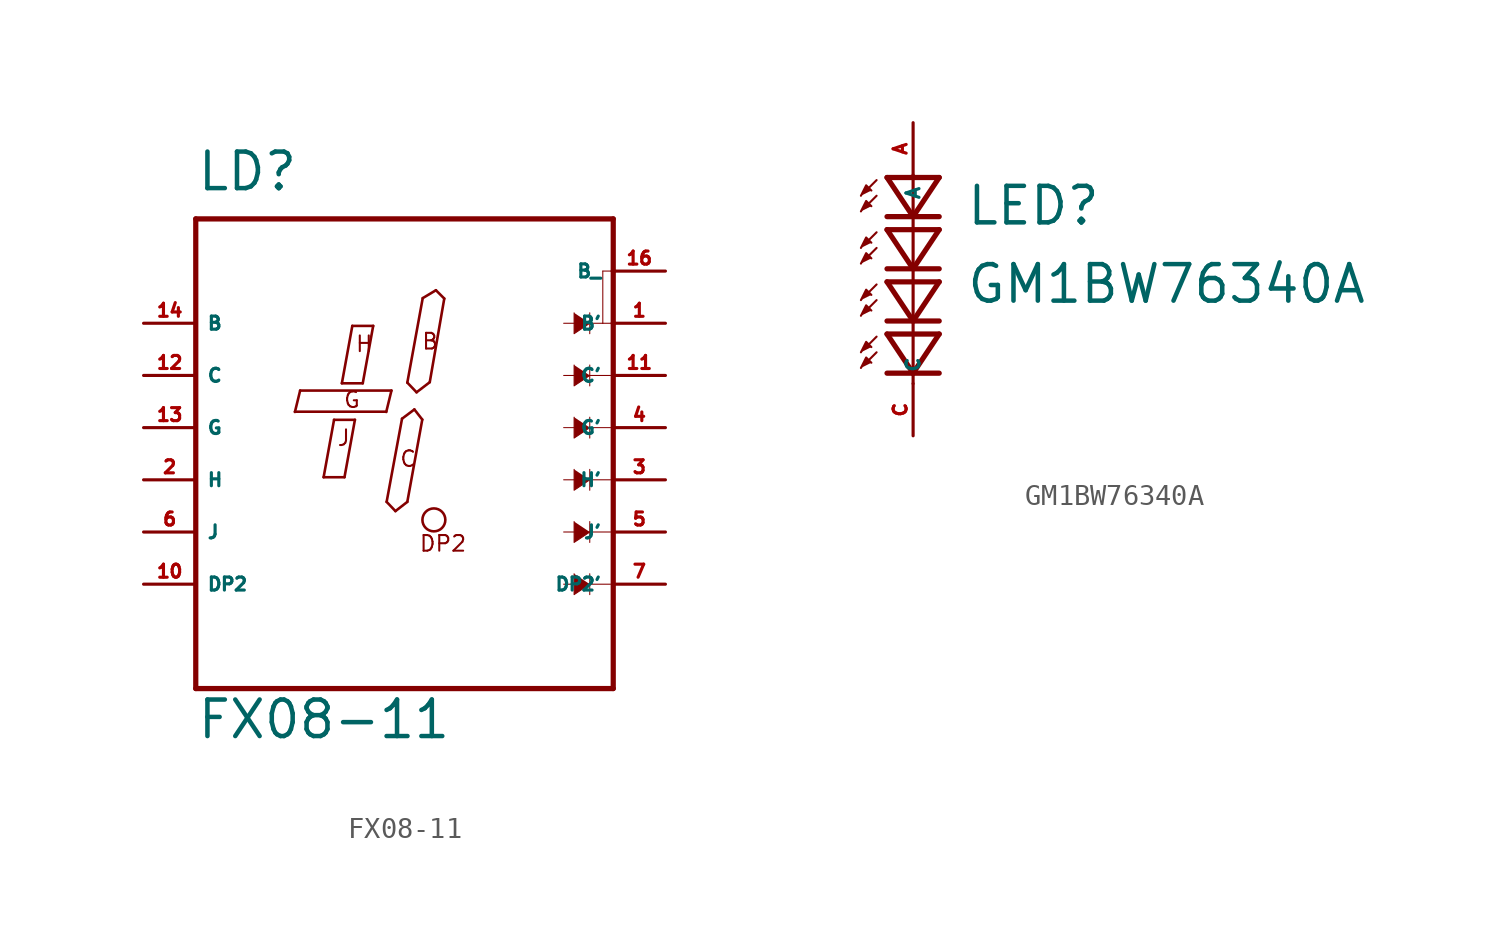
<source format=kicad_sym>
(kicad_symbol_lib
  (version 20220914)
  (generator kicad_symbol_editor)
  (symbol "FX08-11"
    (property "Reference" "LD"
      (at -10.16 16.51 0)
      (effects (font (size 1.778 1.778) (thickness 0.22)) (justify left bottom)))
    (property "Value" "FX08-11"
      (at -10.16 -10.16 0)
      (effects (font (size 1.778 1.778) (thickness 0.22)) (justify left bottom)))
    (symbol "FX08-11_1_1"
      (polyline (pts (xy -10.16 -7.62) (xy -10.16 15.24)) (stroke (width 0.254) (type default)) (fill (type none)))
      (polyline (pts (xy -10.16 15.24) (xy 10.16 15.24)) (stroke (width 0.254) (type default)) (fill (type none)))
      (polyline (pts (xy -5.334 5.842) (xy -5.08 6.885)) (stroke (width 0.127) (type default)) (fill (type none)))
      (polyline (pts (xy -5.08 6.885) (xy -0.635 6.885)) (stroke (width 0.127) (type default)) (fill (type none)))
      (polyline (pts (xy -3.937 2.667) (xy -2.921 2.667)) (stroke (width 0.127) (type default)) (fill (type none)))
      (polyline (pts (xy -3.429 5.461) (xy -3.937 2.667)) (stroke (width 0.127) (type default)) (fill (type none)))
      (polyline (pts (xy -3.048 7.239) (xy -2.032 7.239)) (stroke (width 0.127) (type default)) (fill (type none)))
      (polyline (pts (xy -2.921 2.667) (xy -2.413 5.461)) (stroke (width 0.127) (type default)) (fill (type none)))
      (polyline (pts (xy -2.54 10.033) (xy -3.048 7.239)) (stroke (width 0.127) (type default)) (fill (type none)))
      (polyline (pts (xy -2.413 5.461) (xy -3.429 5.461)) (stroke (width 0.127) (type default)) (fill (type none)))
      (polyline (pts (xy -2.032 7.239) (xy -1.524 10.033)) (stroke (width 0.127) (type default)) (fill (type none)))
      (polyline (pts (xy -1.524 10.033) (xy -2.54 10.033)) (stroke (width 0.127) (type default)) (fill (type none)))
      (polyline (pts (xy -0.889 5.857) (xy -5.334 5.857)) (stroke (width 0.127) (type default)) (fill (type none)))
      (polyline (pts (xy -0.87 1.467) (xy -0.12 5.515)) (stroke (width 0.127) (type default)) (fill (type none)))
      (polyline (pts (xy -0.635 6.885) (xy -0.889 5.842)) (stroke (width 0.127) (type default)) (fill (type none)))
      (polyline (pts (xy -0.441 1.017) (xy -0.87 1.467)) (stroke (width 0.127) (type default)) (fill (type none)))
      (polyline (pts (xy -0.12 5.515) (xy 0.48 5.965)) (stroke (width 0.127) (type default)) (fill (type none)))
      (polyline (pts (xy 0.137 1.467) (xy -0.441 1.017)) (stroke (width 0.127) (type default)) (fill (type none)))
      (polyline (pts (xy 0.137 7.271) (xy 0.887 11.383)) (stroke (width 0.127) (type default)) (fill (type none)))
      (polyline (pts (xy 0.48 5.965) (xy 0.865 5.472)) (stroke (width 0.127) (type default)) (fill (type none)))
      (polyline (pts (xy 0.587 6.8) (xy 0.137 7.271)) (stroke (width 0.127) (type default)) (fill (type none)))
      (polyline (pts (xy 0.865 5.472) (xy 0.137 1.467)) (stroke (width 0.127) (type default)) (fill (type none)))
      (polyline (pts (xy 0.887 11.383) (xy 1.529 11.768)) (stroke (width 0.127) (type default)) (fill (type none)))
      (polyline (pts (xy 1.229 7.292) (xy 0.587 6.8)) (stroke (width 0.127) (type default)) (fill (type none)))
      (polyline (pts (xy 1.529 11.768) (xy 1.936 11.362)) (stroke (width 0.127) (type default)) (fill (type none)))
      (polyline (pts (xy 1.936 11.362) (xy 1.229 7.292)) (stroke (width 0.127) (type default)) (fill (type none)))
      (polyline (pts (xy 7.747 -2.54) (xy 10.033 -2.54)) (stroke (width 0.051) (type default)) (fill (type none)))
      (polyline (pts (xy 7.747 0) (xy 10.033 0)) (stroke (width 0.051) (type default)) (fill (type none)))
      (polyline (pts (xy 7.747 2.54) (xy 10.033 2.54)) (stroke (width 0.051) (type default)) (fill (type none)))
      (polyline (pts (xy 7.747 5.08) (xy 10.033 5.08)) (stroke (width 0.051) (type default)) (fill (type none)))
      (polyline (pts (xy 7.747 7.62) (xy 10.033 7.62)) (stroke (width 0.051) (type default)) (fill (type none)))
      (polyline (pts (xy 7.747 10.16) (xy 9.652 10.16)) (stroke (width 0.051) (type default)) (fill (type none)))
      (polyline (pts (xy 9.017 -2.032) (xy 9.017 -3.048)) (stroke (width 0.051) (type default)) (fill (type none)))
      (polyline (pts (xy 9.017 0.508) (xy 9.017 -0.508)) (stroke (width 0.051) (type default)) (fill (type none)))
      (polyline (pts (xy 9.017 3.048) (xy 9.017 2.032)) (stroke (width 0.051) (type default)) (fill (type none)))
      (polyline (pts (xy 9.017 5.588) (xy 9.017 4.572)) (stroke (width 0.051) (type default)) (fill (type none)))
      (polyline (pts (xy 9.017 8.128) (xy 9.017 7.112)) (stroke (width 0.051) (type default)) (fill (type none)))
      (polyline (pts (xy 9.017 10.668) (xy 9.017 9.652)) (stroke (width 0.051) (type default)) (fill (type none)))
      (polyline (pts (xy 9.652 10.16) (xy 10.16 10.16)) (stroke (width 0.051) (type default)) (fill (type none)))
      (polyline (pts (xy 9.652 12.7) (xy 9.652 10.16)) (stroke (width 0.051) (type default)) (fill (type none)))
      (polyline (pts (xy 9.652 12.7) (xy 10.16 12.7)) (stroke (width 0.051) (type default)) (fill (type none)))
      (polyline (pts (xy 10.16 -7.62) (xy -10.16 -7.62)) (stroke (width 0.254) (type default)) (fill (type none)))
      (polyline (pts (xy 10.16 10.16) (xy 10.16 -7.62)) (stroke (width 0.254) (type default)) (fill (type none)))
      (polyline (pts (xy 10.16 12.7) (xy 10.16 10.16)) (stroke (width 0.254) (type default)) (fill (type none)))
      (polyline (pts (xy 10.16 15.24) (xy 10.16 12.7)) (stroke (width 0.254) (type default)) (fill (type none)))
      (polyline (pts (xy 8.255 -2.032) (xy 8.255 -3.048) (xy 9.017 -2.54)) (stroke (width 0.051) (type default)) (fill (type outline)))
      (polyline (pts (xy 8.255 0.508) (xy 8.255 -0.508) (xy 9.017 0)) (stroke (width 0.051) (type default)) (fill (type outline)))
      (polyline (pts (xy 8.255 3.048) (xy 8.255 2.032) (xy 9.017 2.54)) (stroke (width 0.051) (type default)) (fill (type outline)))
      (polyline (pts (xy 8.255 5.588) (xy 8.255 4.572) (xy 9.017 5.08)) (stroke (width 0.051) (type default)) (fill (type outline)))
      (polyline (pts (xy 8.255 8.128) (xy 8.255 7.112) (xy 9.017 7.62)) (stroke (width 0.051) (type default)) (fill (type outline)))
      (polyline (pts (xy 8.255 10.668) (xy 8.255 9.652) (xy 9.017 10.16)) (stroke (width 0.051) (type default)) (fill (type outline)))
      (circle (center 1.43 0.59) (radius 0.558) (stroke (width 0.127) (type default)) (fill (type none)))
      (text "B" (at 0.801 8.834 0) (effects (font (size 0.762 0.762) (thickness 0.1)) (justify left bottom)))
      (text "C" (at -0.27 3.116 0) (effects (font (size 0.762 0.762) (thickness 0.1)) (justify left bottom)))
      (text "DP2" (at 0.683 -1.007 0) (effects (font (size 0.762 0.762) (thickness 0.1)) (justify left bottom)))
      (text "G" (at -3.005 5.986 0) (effects (font (size 0.762 0.762) (thickness 0.1)) (justify left bottom)))
      (text "H" (at -2.423 8.707 0) (effects (font (size 0.762 0.762) (thickness 0.1)) (justify left bottom)))
      (text "J" (at -3.312 4.135 0) (effects (font (size 0.762 0.762) (thickness 0.1)) (justify left bottom)))
      (pin passive line (at 12.7 10.16 180) (length 2.54) (name "B'" (effects (font (size 0.635 0.635)))) (number "1" (effects (font (size 0.635 0.635)))))
      (pin passive line (at -12.7 -2.54 0) (length 2.54) (name "DP2" (effects (font (size 0.635 0.635)))) (number "10" (effects (font (size 0.635 0.635)))))
      (pin passive line (at 12.7 7.62 180) (length 2.54) (name "C'" (effects (font (size 0.635 0.635)))) (number "11" (effects (font (size 0.635 0.635)))))
      (pin passive line (at -12.7 7.62 0) (length 2.54) (name "C" (effects (font (size 0.635 0.635)))) (number "12" (effects (font (size 0.635 0.635)))))
      (pin passive line (at -12.7 5.08 0) (length 2.54) (name "G" (effects (font (size 0.635 0.635)))) (number "13" (effects (font (size 0.635 0.635)))))
      (pin passive line (at -12.7 10.16 0) (length 2.54) (name "B" (effects (font (size 0.635 0.635)))) (number "14" (effects (font (size 0.635 0.635)))))
      (pin passive line (at 12.7 12.7 180) (length 2.54) (name "B_" (effects (font (size 0.635 0.635)))) (number "16" (effects (font (size 0.635 0.635)))))
      (pin passive line (at -12.7 2.54 0) (length 2.54) (name "H" (effects (font (size 0.635 0.635)))) (number "2" (effects (font (size 0.635 0.635)))))
      (pin passive line (at 12.7 2.54 180) (length 2.54) (name "H'" (effects (font (size 0.635 0.635)))) (number "3" (effects (font (size 0.635 0.635)))))
      (pin passive line (at 12.7 5.08 180) (length 2.54) (name "G'" (effects (font (size 0.635 0.635)))) (number "4" (effects (font (size 0.635 0.635)))))
      (pin passive line (at 12.7 0 180) (length 2.54) (name "J'" (effects (font (size 0.635 0.635)))) (number "5" (effects (font (size 0.635 0.635)))))
      (pin passive line (at -12.7 0 0) (length 2.54) (name "J" (effects (font (size 0.635 0.635)))) (number "6" (effects (font (size 0.635 0.635)))))
      (pin passive line (at 12.7 -2.54 180) (length 2.54) (name "DP2'" (effects (font (size 0.635 0.635)))) (number "7" (effects (font (size 0.635 0.635)))))))
  (symbol "GM1BW76340A"
    (property "Reference" "LED"
      (at 2.54 2.54 0)
      (effects (font (size 1.778 1.778) (thickness 0.22)) (justify left bottom)))
    (property "Value" "GM1BW76340A"
      (at 2.54 -1.27 0)
      (effects (font (size 1.778 1.778) (thickness 0.22)) (justify left bottom)))
    (symbol "GM1BW76340A_1_1"
      (polyline (pts (xy -1.778 -3.556) (xy -2.159 -3.937)) (stroke (width 0.102) (type default)) (fill (type none)))
      (polyline (pts (xy -1.778 -2.794) (xy -2.159 -3.175)) (stroke (width 0.102) (type default)) (fill (type none)))
      (polyline (pts (xy -1.778 -1.016) (xy -2.159 -1.397)) (stroke (width 0.102) (type default)) (fill (type none)))
      (polyline (pts (xy -1.778 -0.254) (xy -2.159 -0.635)) (stroke (width 0.102) (type default)) (fill (type none)))
      (polyline (pts (xy -1.778 1.524) (xy -2.159 1.143)) (stroke (width 0.102) (type default)) (fill (type none)))
      (polyline (pts (xy -1.778 2.286) (xy -2.159 1.905)) (stroke (width 0.102) (type default)) (fill (type none)))
      (polyline (pts (xy -1.778 4.064) (xy -2.159 3.683)) (stroke (width 0.102) (type default)) (fill (type none)))
      (polyline (pts (xy -1.778 4.826) (xy -2.159 4.445)) (stroke (width 0.102) (type default)) (fill (type none)))
      (polyline (pts (xy 0 -4.572) (xy -1.27 -4.572)) (stroke (width 0.254) (type default)) (fill (type none)))
      (polyline (pts (xy 0 -4.572) (xy -1.27 -2.667)) (stroke (width 0.254) (type default)) (fill (type none)))
      (polyline (pts (xy 0 -2.032) (xy -1.27 -2.032)) (stroke (width 0.254) (type default)) (fill (type none)))
      (polyline (pts (xy 0 -2.032) (xy -1.27 -0.127)) (stroke (width 0.254) (type default)) (fill (type none)))
      (polyline (pts (xy 0 0.508) (xy -1.27 0.508)) (stroke (width 0.254) (type default)) (fill (type none)))
      (polyline (pts (xy 0 0.508) (xy -1.27 2.413)) (stroke (width 0.254) (type default)) (fill (type none)))
      (polyline (pts (xy 0 3.048) (xy -1.27 3.048)) (stroke (width 0.254) (type default)) (fill (type none)))
      (polyline (pts (xy 0 3.048) (xy -1.27 4.953)) (stroke (width 0.254) (type default)) (fill (type none)))
      (polyline (pts (xy 0 5.08) (xy 0 -5.08)) (stroke (width 0.152) (type default)) (fill (type none)))
      (polyline (pts (xy 1.27 -4.572) (xy 0 -4.572)) (stroke (width 0.254) (type default)) (fill (type none)))
      (polyline (pts (xy 1.27 -2.667) (xy -1.27 -2.667)) (stroke (width 0.254) (type default)) (fill (type none)))
      (polyline (pts (xy 1.27 -2.667) (xy 0 -4.572)) (stroke (width 0.254) (type default)) (fill (type none)))
      (polyline (pts (xy 1.27 -2.032) (xy 0 -2.032)) (stroke (width 0.254) (type default)) (fill (type none)))
      (polyline (pts (xy 1.27 -0.127) (xy -1.27 -0.127)) (stroke (width 0.254) (type default)) (fill (type none)))
      (polyline (pts (xy 1.27 -0.127) (xy 0 -2.032)) (stroke (width 0.254) (type default)) (fill (type none)))
      (polyline (pts (xy 1.27 0.508) (xy 0 0.508)) (stroke (width 0.254) (type default)) (fill (type none)))
      (polyline (pts (xy 1.27 2.413) (xy -1.27 2.413)) (stroke (width 0.254) (type default)) (fill (type none)))
      (polyline (pts (xy 1.27 2.413) (xy 0 0.508)) (stroke (width 0.254) (type default)) (fill (type none)))
      (polyline (pts (xy 1.27 3.048) (xy 0 3.048)) (stroke (width 0.254) (type default)) (fill (type none)))
      (polyline (pts (xy 1.27 4.953) (xy -1.27 4.953)) (stroke (width 0.254) (type default)) (fill (type none)))
      (polyline (pts (xy 1.27 4.953) (xy 0 3.048)) (stroke (width 0.254) (type default)) (fill (type none)))
      (polyline (pts (xy -2.54 -4.318) (xy -2.286 -3.81) (xy -2.032 -4.064)) (stroke (width 0.102) (type default)) (fill (type outline)))
      (polyline (pts (xy -2.54 -3.556) (xy -2.286 -3.048) (xy -2.032 -3.302)) (stroke (width 0.102) (type default)) (fill (type outline)))
      (polyline (pts (xy -2.54 -1.778) (xy -2.286 -1.27) (xy -2.032 -1.524)) (stroke (width 0.102) (type default)) (fill (type outline)))
      (polyline (pts (xy -2.54 -1.016) (xy -2.286 -0.508) (xy -2.032 -0.762)) (stroke (width 0.102) (type default)) (fill (type outline)))
      (polyline (pts (xy -2.54 0.762) (xy -2.286 1.27) (xy -2.032 1.016)) (stroke (width 0.102) (type default)) (fill (type outline)))
      (polyline (pts (xy -2.54 1.524) (xy -2.286 2.032) (xy -2.032 1.778)) (stroke (width 0.102) (type default)) (fill (type outline)))
      (polyline (pts (xy -2.54 3.302) (xy -2.286 3.81) (xy -2.032 3.556)) (stroke (width 0.102) (type default)) (fill (type outline)))
      (polyline (pts (xy -2.54 4.064) (xy -2.286 4.572) (xy -2.032 4.318)) (stroke (width 0.102) (type default)) (fill (type outline)))
      (pin passive line (at 0 7.62 270) (length 2.54) (name "A" (effects (font (size 0.635 0.635)))) (number "A" (effects (font (size 0.635 0.635)))))
      (pin passive line (at 0 -7.62 90) (length 2.54) (name "C" (effects (font (size 0.635 0.635)))) (number "C" (effects (font (size 0.635 0.635))))))))
</source>
